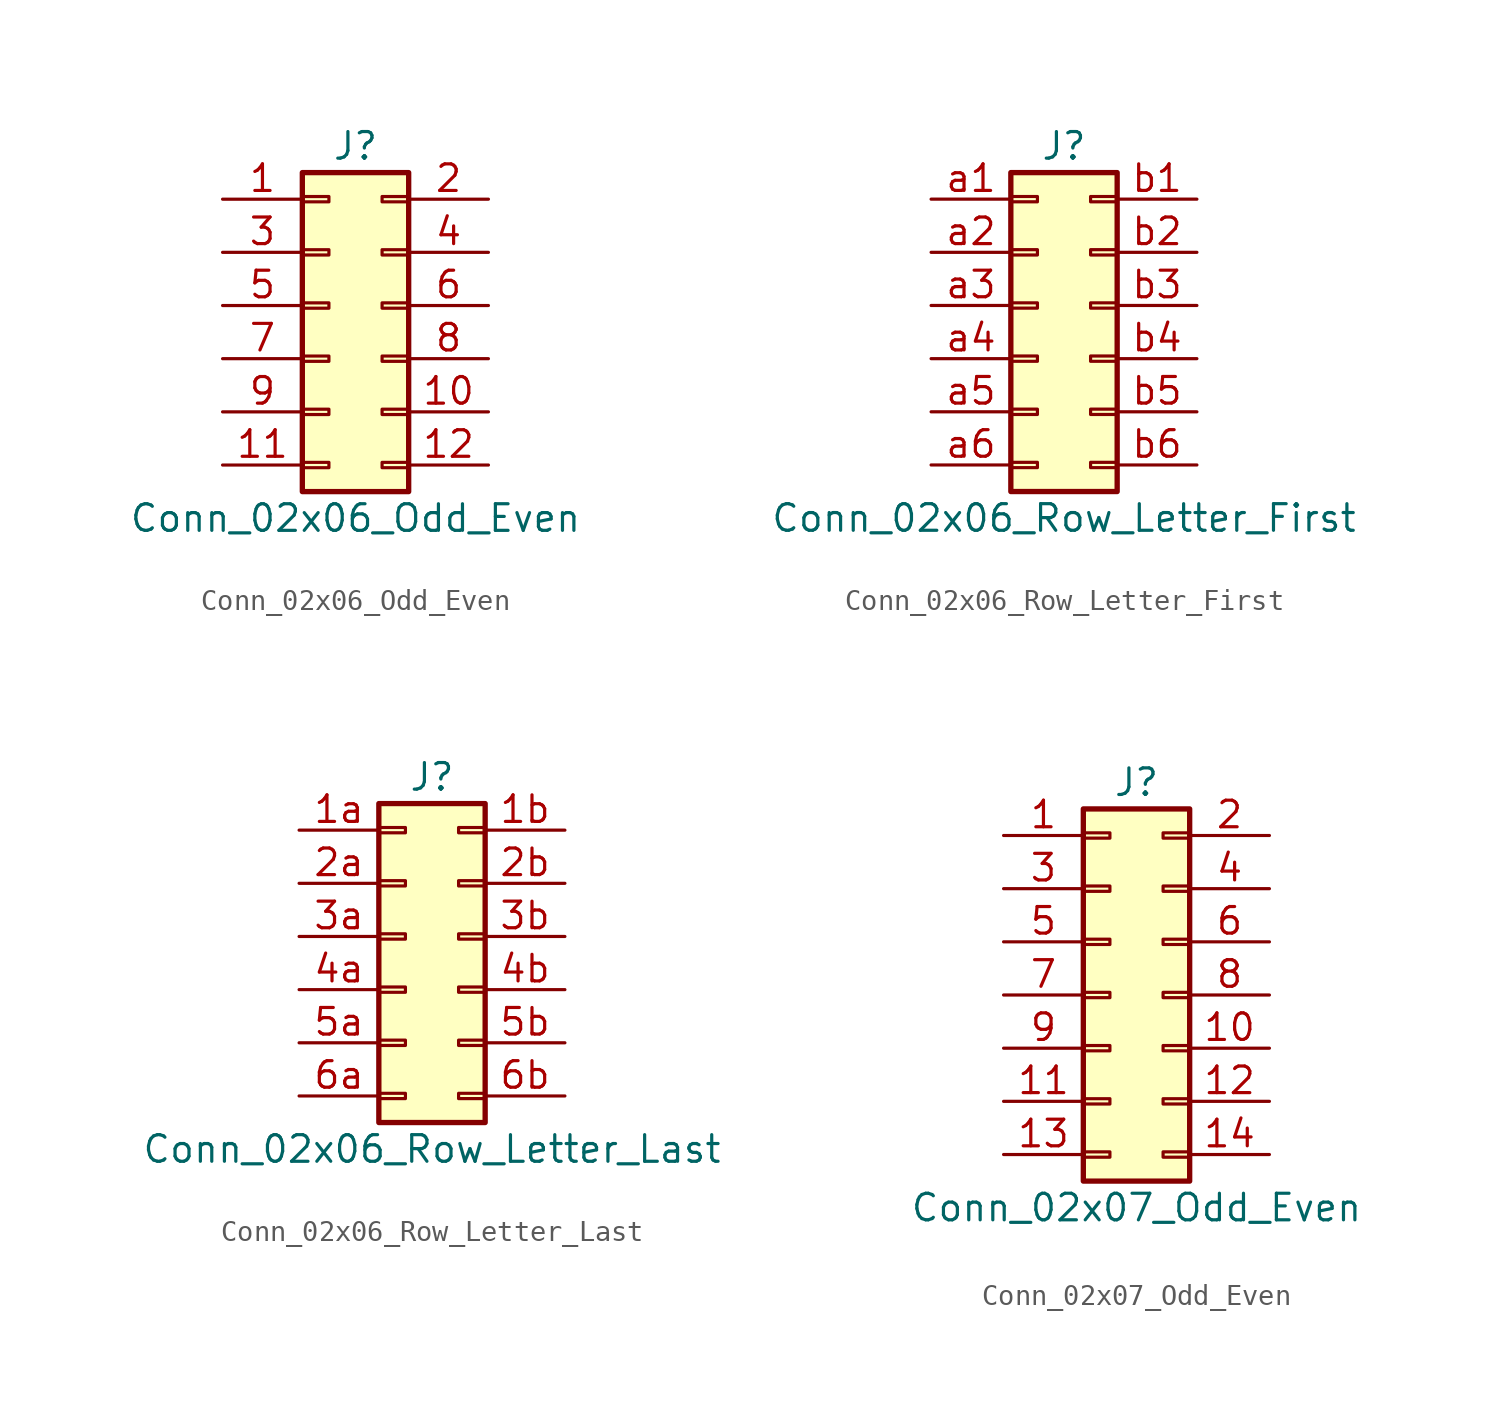
<source format=kicad_sym>
(kicad_symbol_lib
  (version 20201005)
  (generator kicad_symbol_editor)
  (symbol "Conn_02x06_Odd_Even"
    (pin_names
      (offset 1.016) hide)
    (property "Reference" "J"
      (at 1.27 7.62 0)
      (effects (font (size 1.27 1.27))))
    (property "Value" "Conn_02x06_Odd_Even"
      (at 1.27 -10.16 0)
      (effects (font (size 1.27 1.27))))
    (symbol "Conn_02x06_Odd_Even_1_1"
      (rectangle (start -1.27 -7.493) (end 0 -7.747) (stroke (width 0.152)) (fill (type none)))
      (rectangle (start -1.27 -4.953) (end 0 -5.207) (stroke (width 0.152)) (fill (type none)))
      (rectangle (start -1.27 -2.413) (end 0 -2.667) (stroke (width 0.152)) (fill (type none)))
      (rectangle (start -1.27 0.127) (end 0 -0.127) (stroke (width 0.152)) (fill (type none)))
      (rectangle (start -1.27 2.667) (end 0 2.413) (stroke (width 0.152)) (fill (type none)))
      (rectangle (start -1.27 5.207) (end 0 4.953) (stroke (width 0.152)) (fill (type none)))
      (rectangle (start 3.81 -7.493) (end 2.54 -7.747) (stroke (width 0.152)) (fill (type none)))
      (rectangle (start 3.81 -4.953) (end 2.54 -5.207) (stroke (width 0.152)) (fill (type none)))
      (rectangle (start 3.81 -2.413) (end 2.54 -2.667) (stroke (width 0.152)) (fill (type none)))
      (rectangle (start 3.81 0.127) (end 2.54 -0.127) (stroke (width 0.152)) (fill (type none)))
      (rectangle (start 3.81 2.667) (end 2.54 2.413) (stroke (width 0.152)) (fill (type none)))
      (rectangle (start 3.81 5.207) (end 2.54 4.953) (stroke (width 0.152)) (fill (type none)))
      (rectangle (start -1.27 6.35) (end 3.81 -8.89) (stroke (width 0.254)) (fill (type background)))
      (pin passive line (at -5.08 5.08 0) (length 3.81) (name "Pin_1" (effects (font (size 1.27 1.27)))) (number "1" (effects (font (size 1.27 1.27)))))
      (pin passive line (at 7.62 -5.08 180) (length 3.81) (name "Pin_10" (effects (font (size 1.27 1.27)))) (number "10" (effects (font (size 1.27 1.27)))))
      (pin passive line (at -5.08 -7.62 0) (length 3.81) (name "Pin_11" (effects (font (size 1.27 1.27)))) (number "11" (effects (font (size 1.27 1.27)))))
      (pin passive line (at 7.62 -7.62 180) (length 3.81) (name "Pin_12" (effects (font (size 1.27 1.27)))) (number "12" (effects (font (size 1.27 1.27)))))
      (pin passive line (at 7.62 5.08 180) (length 3.81) (name "Pin_2" (effects (font (size 1.27 1.27)))) (number "2" (effects (font (size 1.27 1.27)))))
      (pin passive line (at -5.08 2.54 0) (length 3.81) (name "Pin_3" (effects (font (size 1.27 1.27)))) (number "3" (effects (font (size 1.27 1.27)))))
      (pin passive line (at 7.62 2.54 180) (length 3.81) (name "Pin_4" (effects (font (size 1.27 1.27)))) (number "4" (effects (font (size 1.27 1.27)))))
      (pin passive line (at -5.08 0 0) (length 3.81) (name "Pin_5" (effects (font (size 1.27 1.27)))) (number "5" (effects (font (size 1.27 1.27)))))
      (pin passive line (at 7.62 0 180) (length 3.81) (name "Pin_6" (effects (font (size 1.27 1.27)))) (number "6" (effects (font (size 1.27 1.27)))))
      (pin passive line (at -5.08 -2.54 0) (length 3.81) (name "Pin_7" (effects (font (size 1.27 1.27)))) (number "7" (effects (font (size 1.27 1.27)))))
      (pin passive line (at 7.62 -2.54 180) (length 3.81) (name "Pin_8" (effects (font (size 1.27 1.27)))) (number "8" (effects (font (size 1.27 1.27)))))
      (pin passive line (at -5.08 -5.08 0) (length 3.81) (name "Pin_9" (effects (font (size 1.27 1.27)))) (number "9" (effects (font (size 1.27 1.27)))))))
  (symbol "Conn_02x06_Row_Letter_First"
    (pin_names
      (offset 1.016) hide)
    (property "Reference" "J"
      (at 1.27 7.62 0)
      (effects (font (size 1.27 1.27))))
    (property "Value" "Conn_02x06_Row_Letter_First"
      (at 1.27 -10.16 0)
      (effects (font (size 1.27 1.27))))
    (symbol "Conn_02x06_Row_Letter_First_1_1"
      (rectangle (start -1.27 -7.493) (end 0 -7.747) (stroke (width 0.152)) (fill (type none)))
      (rectangle (start -1.27 -4.953) (end 0 -5.207) (stroke (width 0.152)) (fill (type none)))
      (rectangle (start -1.27 -2.413) (end 0 -2.667) (stroke (width 0.152)) (fill (type none)))
      (rectangle (start -1.27 0.127) (end 0 -0.127) (stroke (width 0.152)) (fill (type none)))
      (rectangle (start -1.27 2.667) (end 0 2.413) (stroke (width 0.152)) (fill (type none)))
      (rectangle (start -1.27 5.207) (end 0 4.953) (stroke (width 0.152)) (fill (type none)))
      (rectangle (start 3.81 -7.493) (end 2.54 -7.747) (stroke (width 0.152)) (fill (type none)))
      (rectangle (start 3.81 -4.953) (end 2.54 -5.207) (stroke (width 0.152)) (fill (type none)))
      (rectangle (start 3.81 -2.413) (end 2.54 -2.667) (stroke (width 0.152)) (fill (type none)))
      (rectangle (start 3.81 0.127) (end 2.54 -0.127) (stroke (width 0.152)) (fill (type none)))
      (rectangle (start 3.81 2.667) (end 2.54 2.413) (stroke (width 0.152)) (fill (type none)))
      (rectangle (start 3.81 5.207) (end 2.54 4.953) (stroke (width 0.152)) (fill (type none)))
      (rectangle (start -1.27 6.35) (end 3.81 -8.89) (stroke (width 0.254)) (fill (type background)))
      (pin passive line (at -5.08 5.08 0) (length 3.81) (name "Pin_a1" (effects (font (size 1.27 1.27)))) (number "a1" (effects (font (size 1.27 1.27)))))
      (pin passive line (at -5.08 2.54 0) (length 3.81) (name "Pin_a2" (effects (font (size 1.27 1.27)))) (number "a2" (effects (font (size 1.27 1.27)))))
      (pin passive line (at -5.08 0 0) (length 3.81) (name "Pin_a3" (effects (font (size 1.27 1.27)))) (number "a3" (effects (font (size 1.27 1.27)))))
      (pin passive line (at -5.08 -2.54 0) (length 3.81) (name "Pin_a4" (effects (font (size 1.27 1.27)))) (number "a4" (effects (font (size 1.27 1.27)))))
      (pin passive line (at -5.08 -5.08 0) (length 3.81) (name "Pin_a5" (effects (font (size 1.27 1.27)))) (number "a5" (effects (font (size 1.27 1.27)))))
      (pin passive line (at -5.08 -7.62 0) (length 3.81) (name "Pin_a6" (effects (font (size 1.27 1.27)))) (number "a6" (effects (font (size 1.27 1.27)))))
      (pin passive line (at 7.62 5.08 180) (length 3.81) (name "Pin_b1" (effects (font (size 1.27 1.27)))) (number "b1" (effects (font (size 1.27 1.27)))))
      (pin passive line (at 7.62 2.54 180) (length 3.81) (name "Pin_b2" (effects (font (size 1.27 1.27)))) (number "b2" (effects (font (size 1.27 1.27)))))
      (pin passive line (at 7.62 0 180) (length 3.81) (name "Pin_b3" (effects (font (size 1.27 1.27)))) (number "b3" (effects (font (size 1.27 1.27)))))
      (pin passive line (at 7.62 -2.54 180) (length 3.81) (name "Pin_b4" (effects (font (size 1.27 1.27)))) (number "b4" (effects (font (size 1.27 1.27)))))
      (pin passive line (at 7.62 -5.08 180) (length 3.81) (name "Pin_b5" (effects (font (size 1.27 1.27)))) (number "b5" (effects (font (size 1.27 1.27)))))
      (pin passive line (at 7.62 -7.62 180) (length 3.81) (name "Pin_b6" (effects (font (size 1.27 1.27)))) (number "b6" (effects (font (size 1.27 1.27)))))))
  (symbol "Conn_02x06_Row_Letter_Last"
    (pin_names
      (offset 1.016) hide)
    (property "Reference" "J"
      (at 1.27 7.62 0)
      (effects (font (size 1.27 1.27))))
    (property "Value" "Conn_02x06_Row_Letter_Last"
      (at 1.27 -10.16 0)
      (effects (font (size 1.27 1.27))))
    (symbol "Conn_02x06_Row_Letter_Last_1_1"
      (rectangle (start -1.27 -7.493) (end 0 -7.747) (stroke (width 0.152)) (fill (type none)))
      (rectangle (start -1.27 -4.953) (end 0 -5.207) (stroke (width 0.152)) (fill (type none)))
      (rectangle (start -1.27 -2.413) (end 0 -2.667) (stroke (width 0.152)) (fill (type none)))
      (rectangle (start -1.27 0.127) (end 0 -0.127) (stroke (width 0.152)) (fill (type none)))
      (rectangle (start -1.27 2.667) (end 0 2.413) (stroke (width 0.152)) (fill (type none)))
      (rectangle (start -1.27 5.207) (end 0 4.953) (stroke (width 0.152)) (fill (type none)))
      (rectangle (start 3.81 -7.493) (end 2.54 -7.747) (stroke (width 0.152)) (fill (type none)))
      (rectangle (start 3.81 -4.953) (end 2.54 -5.207) (stroke (width 0.152)) (fill (type none)))
      (rectangle (start 3.81 -2.413) (end 2.54 -2.667) (stroke (width 0.152)) (fill (type none)))
      (rectangle (start 3.81 0.127) (end 2.54 -0.127) (stroke (width 0.152)) (fill (type none)))
      (rectangle (start 3.81 2.667) (end 2.54 2.413) (stroke (width 0.152)) (fill (type none)))
      (rectangle (start 3.81 5.207) (end 2.54 4.953) (stroke (width 0.152)) (fill (type none)))
      (rectangle (start -1.27 6.35) (end 3.81 -8.89) (stroke (width 0.254)) (fill (type background)))
      (pin passive line (at -5.08 5.08 0) (length 3.81) (name "Pin_1a" (effects (font (size 1.27 1.27)))) (number "1a" (effects (font (size 1.27 1.27)))))
      (pin passive line (at 7.62 5.08 180) (length 3.81) (name "Pin_1b" (effects (font (size 1.27 1.27)))) (number "1b" (effects (font (size 1.27 1.27)))))
      (pin passive line (at -5.08 2.54 0) (length 3.81) (name "Pin_2a" (effects (font (size 1.27 1.27)))) (number "2a" (effects (font (size 1.27 1.27)))))
      (pin passive line (at 7.62 2.54 180) (length 3.81) (name "Pin_2b" (effects (font (size 1.27 1.27)))) (number "2b" (effects (font (size 1.27 1.27)))))
      (pin passive line (at -5.08 0 0) (length 3.81) (name "Pin_3a" (effects (font (size 1.27 1.27)))) (number "3a" (effects (font (size 1.27 1.27)))))
      (pin passive line (at 7.62 0 180) (length 3.81) (name "Pin_3b" (effects (font (size 1.27 1.27)))) (number "3b" (effects (font (size 1.27 1.27)))))
      (pin passive line (at -5.08 -2.54 0) (length 3.81) (name "Pin_4a" (effects (font (size 1.27 1.27)))) (number "4a" (effects (font (size 1.27 1.27)))))
      (pin passive line (at 7.62 -2.54 180) (length 3.81) (name "Pin_4b" (effects (font (size 1.27 1.27)))) (number "4b" (effects (font (size 1.27 1.27)))))
      (pin passive line (at -5.08 -5.08 0) (length 3.81) (name "Pin_5a" (effects (font (size 1.27 1.27)))) (number "5a" (effects (font (size 1.27 1.27)))))
      (pin passive line (at 7.62 -5.08 180) (length 3.81) (name "Pin_5b" (effects (font (size 1.27 1.27)))) (number "5b" (effects (font (size 1.27 1.27)))))
      (pin passive line (at -5.08 -7.62 0) (length 3.81) (name "Pin_6a" (effects (font (size 1.27 1.27)))) (number "6a" (effects (font (size 1.27 1.27)))))
      (pin passive line (at 7.62 -7.62 180) (length 3.81) (name "Pin_6b" (effects (font (size 1.27 1.27)))) (number "6b" (effects (font (size 1.27 1.27)))))))
  (symbol "Conn_02x07_Odd_Even"
    (pin_names
      (offset 1.016) hide)
    (property "Reference" "J"
      (at 1.27 10.16 0)
      (effects (font (size 1.27 1.27))))
    (property "Value" "Conn_02x07_Odd_Even"
      (at 1.27 -10.16 0)
      (effects (font (size 1.27 1.27))))
    (symbol "Conn_02x07_Odd_Even_1_1"
      (rectangle (start -1.27 -7.493) (end 0 -7.747) (stroke (width 0.152)) (fill (type none)))
      (rectangle (start -1.27 -4.953) (end 0 -5.207) (stroke (width 0.152)) (fill (type none)))
      (rectangle (start -1.27 -2.413) (end 0 -2.667) (stroke (width 0.152)) (fill (type none)))
      (rectangle (start -1.27 0.127) (end 0 -0.127) (stroke (width 0.152)) (fill (type none)))
      (rectangle (start -1.27 2.667) (end 0 2.413) (stroke (width 0.152)) (fill (type none)))
      (rectangle (start -1.27 5.207) (end 0 4.953) (stroke (width 0.152)) (fill (type none)))
      (rectangle (start -1.27 7.747) (end 0 7.493) (stroke (width 0.152)) (fill (type none)))
      (rectangle (start 3.81 -7.493) (end 2.54 -7.747) (stroke (width 0.152)) (fill (type none)))
      (rectangle (start 3.81 -4.953) (end 2.54 -5.207) (stroke (width 0.152)) (fill (type none)))
      (rectangle (start 3.81 -2.413) (end 2.54 -2.667) (stroke (width 0.152)) (fill (type none)))
      (rectangle (start 3.81 0.127) (end 2.54 -0.127) (stroke (width 0.152)) (fill (type none)))
      (rectangle (start 3.81 2.667) (end 2.54 2.413) (stroke (width 0.152)) (fill (type none)))
      (rectangle (start 3.81 5.207) (end 2.54 4.953) (stroke (width 0.152)) (fill (type none)))
      (rectangle (start 3.81 7.747) (end 2.54 7.493) (stroke (width 0.152)) (fill (type none)))
      (rectangle (start -1.27 8.89) (end 3.81 -8.89) (stroke (width 0.254)) (fill (type background)))
      (pin passive line (at -5.08 7.62 0) (length 3.81) (name "Pin_1" (effects (font (size 1.27 1.27)))) (number "1" (effects (font (size 1.27 1.27)))))
      (pin passive line (at 7.62 -2.54 180) (length 3.81) (name "Pin_10" (effects (font (size 1.27 1.27)))) (number "10" (effects (font (size 1.27 1.27)))))
      (pin passive line (at -5.08 -5.08 0) (length 3.81) (name "Pin_11" (effects (font (size 1.27 1.27)))) (number "11" (effects (font (size 1.27 1.27)))))
      (pin passive line (at 7.62 -5.08 180) (length 3.81) (name "Pin_12" (effects (font (size 1.27 1.27)))) (number "12" (effects (font (size 1.27 1.27)))))
      (pin passive line (at -5.08 -7.62 0) (length 3.81) (name "Pin_13" (effects (font (size 1.27 1.27)))) (number "13" (effects (font (size 1.27 1.27)))))
      (pin passive line (at 7.62 -7.62 180) (length 3.81) (name "Pin_14" (effects (font (size 1.27 1.27)))) (number "14" (effects (font (size 1.27 1.27)))))
      (pin passive line (at 7.62 7.62 180) (length 3.81) (name "Pin_2" (effects (font (size 1.27 1.27)))) (number "2" (effects (font (size 1.27 1.27)))))
      (pin passive line (at -5.08 5.08 0) (length 3.81) (name "Pin_3" (effects (font (size 1.27 1.27)))) (number "3" (effects (font (size 1.27 1.27)))))
      (pin passive line (at 7.62 5.08 180) (length 3.81) (name "Pin_4" (effects (font (size 1.27 1.27)))) (number "4" (effects (font (size 1.27 1.27)))))
      (pin passive line (at -5.08 2.54 0) (length 3.81) (name "Pin_5" (effects (font (size 1.27 1.27)))) (number "5" (effects (font (size 1.27 1.27)))))
      (pin passive line (at 7.62 2.54 180) (length 3.81) (name "Pin_6" (effects (font (size 1.27 1.27)))) (number "6" (effects (font (size 1.27 1.27)))))
      (pin passive line (at -5.08 0 0) (length 3.81) (name "Pin_7" (effects (font (size 1.27 1.27)))) (number "7" (effects (font (size 1.27 1.27)))))
      (pin passive line (at 7.62 0 180) (length 3.81) (name "Pin_8" (effects (font (size 1.27 1.27)))) (number "8" (effects (font (size 1.27 1.27)))))
      (pin passive line (at -5.08 -2.54 0) (length 3.81) (name "Pin_9" (effects (font (size 1.27 1.27)))) (number "9" (effects (font (size 1.27 1.27))))))))
</source>
